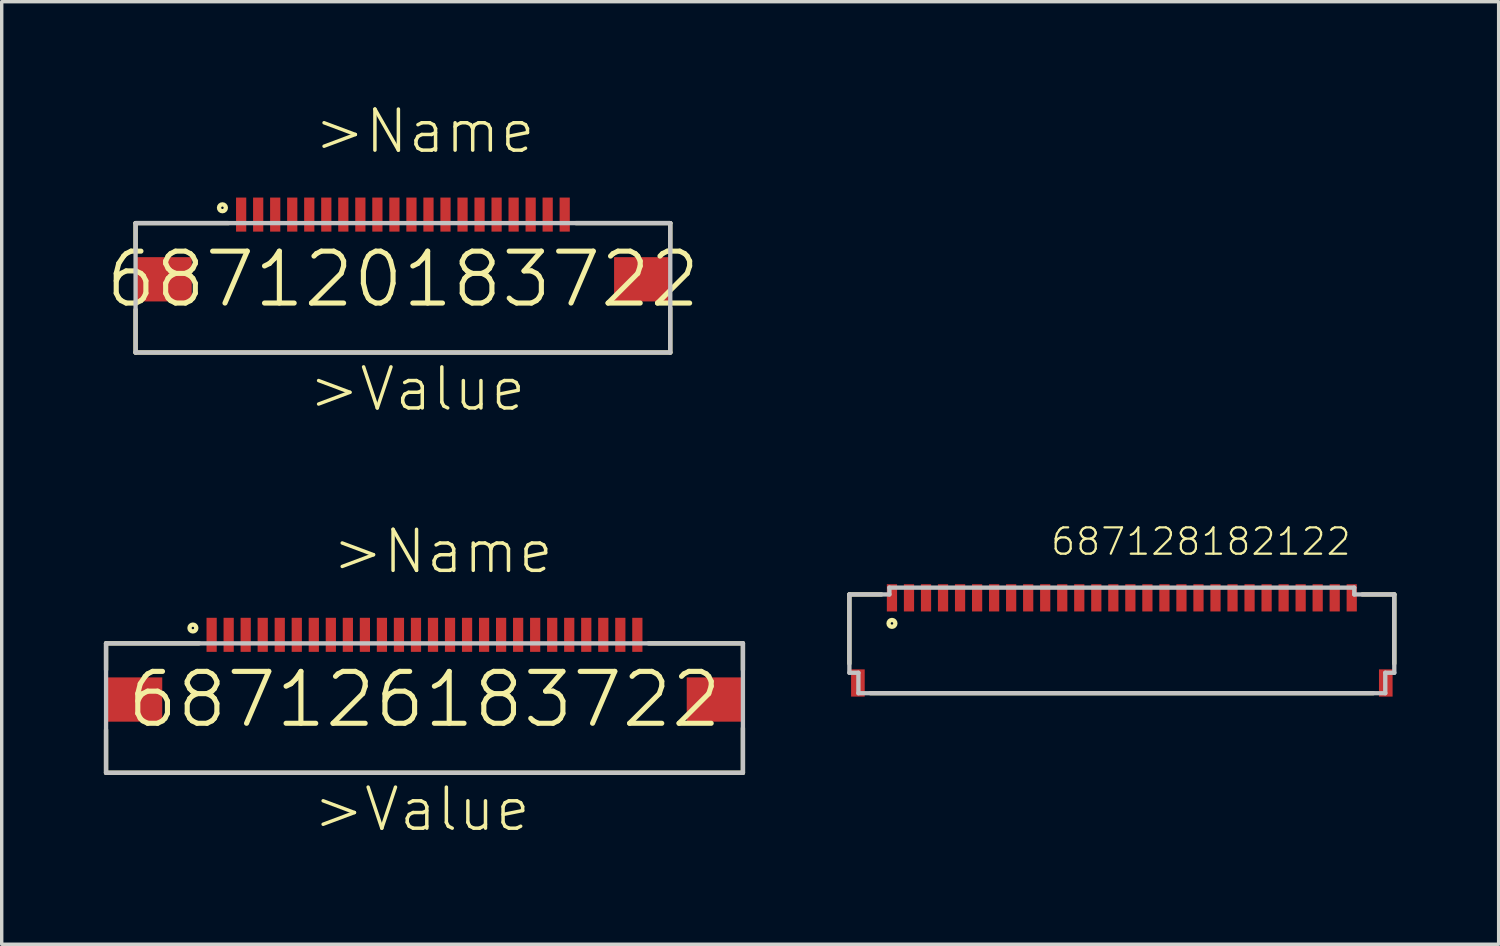
<source format=kicad_pcb>
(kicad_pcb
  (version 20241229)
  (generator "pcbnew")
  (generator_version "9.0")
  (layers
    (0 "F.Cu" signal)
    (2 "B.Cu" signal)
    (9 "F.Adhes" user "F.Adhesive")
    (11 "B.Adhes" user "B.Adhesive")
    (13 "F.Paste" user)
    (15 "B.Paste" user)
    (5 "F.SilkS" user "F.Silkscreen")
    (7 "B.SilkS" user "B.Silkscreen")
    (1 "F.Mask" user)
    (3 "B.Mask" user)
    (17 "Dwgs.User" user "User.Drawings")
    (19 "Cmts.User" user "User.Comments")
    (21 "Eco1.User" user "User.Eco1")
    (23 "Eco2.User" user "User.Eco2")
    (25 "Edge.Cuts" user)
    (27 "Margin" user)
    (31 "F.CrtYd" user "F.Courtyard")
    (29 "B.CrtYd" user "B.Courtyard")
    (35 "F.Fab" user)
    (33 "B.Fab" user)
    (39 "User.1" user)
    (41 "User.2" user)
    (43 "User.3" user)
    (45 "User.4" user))
  (footprint "687128182122"
    (layer "F.Cu")
    (at 29.89 15.754)
    (property "Reference" "687128182122" (at -2.133 -2.449 0) (layer "F.SilkS") (effects (font (size 0.772 0.772) (thickness 0.065)) (justify left bottom)))
    (attr through_hole)
    (fp_line (start -8 -1.35) (end -8 0.68) (stroke (width 0.127) (type solid)) (layer "F.SilkS"))
    (fp_line (start -7.38 1.55) (end 7.38 1.55) (stroke (width 0.127) (type solid)) (layer "F.SilkS"))
    (fp_line (start -7.06 -1.35) (end -8 -1.35) (stroke (width 0.127) (type solid)) (layer "F.SilkS"))
    (fp_line (start 8 -1.35) (end 7.06 -1.35) (stroke (width 0.127) (type solid)) (layer "F.SilkS"))
    (fp_line (start 8 -1.35) (end 8 0.68) (stroke (width 0.127) (type solid)) (layer "F.SilkS"))
    (fp_circle (center -6.75 -0.5) (end -6.65 -0.5) (stroke (width 0.127) (type solid)) (fill no) (layer "F.SilkS"))
    (fp_line (start -8 -1.35) (end -8 0.95) (stroke (width 0.127) (type solid)) (layer "Dwgs.User"))
    (fp_line (start -8 -1.35) (end -6.825 -1.35) (stroke (width 0.127) (type solid)) (layer "Dwgs.User"))
    (fp_line (start -8 0.95) (end -7.735 0.95) (stroke (width 0.127) (type solid)) (layer "Dwgs.User"))
    (fp_line (start -7.735 1.55) (end -7.735 0.95) (stroke (width 0.127) (type solid)) (layer "Dwgs.User"))
    (fp_line (start -7.735 1.55) (end 7.735 1.55) (stroke (width 0.127) (type solid)) (layer "Dwgs.User"))
    (fp_line (start -6.825 -1.55) (end -6.825 -1.35) (stroke (width 0.127) (type solid)) (layer "Dwgs.User"))
    (fp_line (start -6.825 -1.55) (end 6.825 -1.55) (stroke (width 0.127) (type solid)) (layer "Dwgs.User"))
    (fp_line (start 6.825 -1.55) (end 6.825 -1.35) (stroke (width 0.127) (type solid)) (layer "Dwgs.User"))
    (fp_line (start 6.825 -1.35) (end 8 -1.35) (stroke (width 0.127) (type solid)) (layer "Dwgs.User"))
    (fp_line (start 7.735 0.95) (end 8 0.95) (stroke (width 0.127) (type solid)) (layer "Dwgs.User"))
    (fp_line (start 7.735 1.55) (end 7.735 0.95) (stroke (width 0.127) (type solid)) (layer "Dwgs.User"))
    (fp_line (start 8 -1.35) (end 8 0.95) (stroke (width 0.127) (type solid)) (layer "Dwgs.User"))
    (pad "1" smd rect (at -6.75 -1.25 90) (size 0.8 0.3) (layers "F.Cu" "F.Mask" "F.Paste"))
    (pad "2" smd rect (at -6.25 -1.25 90) (size 0.8 0.3) (layers "F.Cu" "F.Mask" "F.Paste"))
    (pad "3" smd rect (at -5.75 -1.25 90) (size 0.8 0.3) (layers "F.Cu" "F.Mask" "F.Paste"))
    (pad "4" smd rect (at -5.25 -1.25 90) (size 0.8 0.3) (layers "F.Cu" "F.Mask" "F.Paste"))
    (pad "5" smd rect (at -4.75 -1.25 90) (size 0.8 0.3) (layers "F.Cu" "F.Mask" "F.Paste"))
    (pad "6" smd rect (at -4.25 -1.25 90) (size 0.8 0.3) (layers "F.Cu" "F.Mask" "F.Paste"))
    (pad "7" smd rect (at -3.75 -1.25 90) (size 0.8 0.3) (layers "F.Cu" "F.Mask" "F.Paste"))
    (pad "8" smd rect (at -3.25 -1.25 90) (size 0.8 0.3) (layers "F.Cu" "F.Mask" "F.Paste"))
    (pad "9" smd rect (at -2.75 -1.25 90) (size 0.8 0.3) (layers "F.Cu" "F.Mask" "F.Paste"))
    (pad "10" smd rect (at -2.25 -1.25 90) (size 0.8 0.3) (layers "F.Cu" "F.Mask" "F.Paste"))
    (pad "11" smd rect (at -1.75 -1.25 90) (size 0.8 0.3) (layers "F.Cu" "F.Mask" "F.Paste"))
    (pad "12" smd rect (at -1.25 -1.25 90) (size 0.8 0.3) (layers "F.Cu" "F.Mask" "F.Paste"))
    (pad "13" smd rect (at -0.75 -1.25 90) (size 0.8 0.3) (layers "F.Cu" "F.Mask" "F.Paste"))
    (pad "14" smd rect (at -0.25 -1.25 90) (size 0.8 0.3) (layers "F.Cu" "F.Mask" "F.Paste"))
    (pad "15" smd rect (at 0.25 -1.25 90) (size 0.8 0.3) (layers "F.Cu" "F.Mask" "F.Paste"))
    (pad "16" smd rect (at 0.75 -1.25 90) (size 0.8 0.3) (layers "F.Cu" "F.Mask" "F.Paste"))
    (pad "17" smd rect (at 1.25 -1.25 90) (size 0.8 0.3) (layers "F.Cu" "F.Mask" "F.Paste"))
    (pad "18" smd rect (at 1.75 -1.25 90) (size 0.8 0.3) (layers "F.Cu" "F.Mask" "F.Paste"))
    (pad "19" smd rect (at 2.25 -1.25 90) (size 0.8 0.3) (layers "F.Cu" "F.Mask" "F.Paste"))
    (pad "20" smd rect (at 2.75 -1.25 90) (size 0.8 0.3) (layers "F.Cu" "F.Mask" "F.Paste"))
    (pad "21" smd rect (at 3.25 -1.25 90) (size 0.8 0.3) (layers "F.Cu" "F.Mask" "F.Paste"))
    (pad "22" smd rect (at 3.75 -1.25 90) (size 0.8 0.3) (layers "F.Cu" "F.Mask" "F.Paste"))
    (pad "23" smd rect (at 4.25 -1.25 90) (size 0.8 0.3) (layers "F.Cu" "F.Mask" "F.Paste"))
    (pad "24" smd rect (at 4.75 -1.25 90) (size 0.8 0.3) (layers "F.Cu" "F.Mask" "F.Paste"))
    (pad "25" smd rect (at 5.25 -1.25 90) (size 0.8 0.3) (layers "F.Cu" "F.Mask" "F.Paste"))
    (pad "26" smd rect (at 5.75 -1.25 90) (size 0.8 0.3) (layers "F.Cu" "F.Mask" "F.Paste"))
    (pad "27" smd rect (at 6.25 -1.25 90) (size 0.8 0.3) (layers "F.Cu" "F.Mask" "F.Paste"))
    (pad "28" smd rect (at 6.75 -1.25 90) (size 0.8 0.3) (layers "F.Cu" "F.Mask" "F.Paste"))
    (pad "Z1" smd rect (at -7.75 1.25 90) (size 0.8 0.4) (layers "F.Cu" "F.Mask" "F.Paste"))
    (pad "Z2" smd rect (at 7.75 1.25 90) (size 0.8 0.4) (layers "F.Cu" "F.Mask" "F.Paste")))
  (footprint "687120183722"
    (layer "F.Cu")
    (at 8.781 5.151)
    (property "Reference" "687120183722" (at 0 0 0) (layer "F.SilkS") (effects (font (size 1.524 1.524) (thickness 0.15))))
    (attr through_hole)
    (fp_line (start -7.85 -1.65) (end -7.85 -0.87) (stroke (width 0.127) (type solid)) (layer "F.SilkS"))
    (fp_line (start -7.85 0.89) (end -7.85 2.15) (stroke (width 0.127) (type solid)) (layer "F.SilkS"))
    (fp_line (start -7.85 2.15) (end 7.85 2.15) (stroke (width 0.127) (type solid)) (layer "F.SilkS"))
    (fp_line (start -5.12 -1.65) (end -7.85 -1.65) (stroke (width 0.127) (type solid)) (layer "F.SilkS"))
    (fp_line (start 5.08 -1.65) (end 7.85 -1.65) (stroke (width 0.127) (type solid)) (layer "F.SilkS"))
    (fp_line (start 7.85 -1.65) (end 7.85 -0.87) (stroke (width 0.127) (type solid)) (layer "F.SilkS"))
    (fp_line (start 7.85 2.15) (end 7.85 0.84) (stroke (width 0.127) (type solid)) (layer "F.SilkS"))
    (fp_circle (center -5.3 -2.1) (end -5.2 -2.1) (stroke (width 0.127) (type solid)) (fill no) (layer "F.SilkS"))
    (fp_line (start -7.85 -1.65) (end 7.85 -1.65) (stroke (width 0.127) (type solid)) (layer "Dwgs.User"))
    (fp_line (start -7.85 2.15) (end -7.85 -1.65) (stroke (width 0.127) (type solid)) (layer "Dwgs.User"))
    (fp_line (start 7.85 -1.65) (end 7.85 2.15) (stroke (width 0.127) (type solid)) (layer "Dwgs.User"))
    (fp_line (start 7.85 2.15) (end -7.85 2.15) (stroke (width 0.127) (type solid)) (layer "Dwgs.User"))
    (fp_text user ">Name" (at -2.67 -3.64 0) (layer "F.SilkS") (effects (font (size 1.206 1.206) (thickness 0.102)) (justify left bottom)))
    (fp_text user ">Value" (at -2.83 3.93 0) (layer "F.SilkS") (effects (font (size 1.206 1.206) (thickness 0.102)) (justify left bottom)))
    (pad "1" smd rect (at -4.75 -1.9 90) (size 1 0.3) (layers "F.Cu" "F.Mask" "F.Paste"))
    (pad "2" smd rect (at -4.25 -1.9 90) (size 1 0.3) (layers "F.Cu" "F.Mask" "F.Paste"))
    (pad "3" smd rect (at -3.75 -1.9 90) (size 1 0.3) (layers "F.Cu" "F.Mask" "F.Paste"))
    (pad "4" smd rect (at -3.25 -1.9 90) (size 1 0.3) (layers "F.Cu" "F.Mask" "F.Paste"))
    (pad "5" smd rect (at -2.75 -1.9 90) (size 1 0.3) (layers "F.Cu" "F.Mask" "F.Paste"))
    (pad "6" smd rect (at -2.25 -1.9 90) (size 1 0.3) (layers "F.Cu" "F.Mask" "F.Paste"))
    (pad "7" smd rect (at -1.75 -1.9 90) (size 1 0.3) (layers "F.Cu" "F.Mask" "F.Paste"))
    (pad "8" smd rect (at -1.25 -1.9 90) (size 1 0.3) (layers "F.Cu" "F.Mask" "F.Paste"))
    (pad "9" smd rect (at -0.75 -1.9 90) (size 1 0.3) (layers "F.Cu" "F.Mask" "F.Paste"))
    (pad "10" smd rect (at -0.25 -1.9 90) (size 1 0.3) (layers "F.Cu" "F.Mask" "F.Paste"))
    (pad "11" smd rect (at 0.25 -1.9 90) (size 1 0.3) (layers "F.Cu" "F.Mask" "F.Paste"))
    (pad "12" smd rect (at 0.75 -1.9 90) (size 1 0.3) (layers "F.Cu" "F.Mask" "F.Paste"))
    (pad "13" smd rect (at 1.25 -1.9 90) (size 1 0.3) (layers "F.Cu" "F.Mask" "F.Paste"))
    (pad "14" smd rect (at 1.75 -1.9 90) (size 1 0.3) (layers "F.Cu" "F.Mask" "F.Paste"))
    (pad "15" smd rect (at 2.25 -1.9 90) (size 1 0.3) (layers "F.Cu" "F.Mask" "F.Paste"))
    (pad "16" smd rect (at 2.75 -1.9 90) (size 1 0.3) (layers "F.Cu" "F.Mask" "F.Paste"))
    (pad "17" smd rect (at 3.25 -1.9 90) (size 1 0.3) (layers "F.Cu" "F.Mask" "F.Paste"))
    (pad "18" smd rect (at 3.75 -1.9 90) (size 1 0.3) (layers "F.Cu" "F.Mask" "F.Paste"))
    (pad "19" smd rect (at 4.25 -1.9 90) (size 1 0.3) (layers "F.Cu" "F.Mask" "F.Paste"))
    (pad "20" smd rect (at 4.75 -1.9 90) (size 1 0.3) (layers "F.Cu" "F.Mask" "F.Paste"))
    (pad "Z1" smd rect (at -7.025 0) (size 1.65 1.3) (layers "F.Cu" "F.Mask" "F.Paste"))
    (pad "Z2" smd rect (at 7.025 0) (size 1.65 1.3) (layers "F.Cu" "F.Mask" "F.Paste")))
  (footprint "687126183722"
    (layer "F.Cu")
    (at 9.414 17.49)
    (property "Reference" "687126183722" (at 0 0 0) (layer "F.SilkS") (effects (font (size 1.524 1.524) (thickness 0.15))))
    (attr through_hole)
    (fp_line (start -9.35 -1.65) (end -9.35 -0.87) (stroke (width 0.127) (type solid)) (layer "F.SilkS"))
    (fp_line (start -9.35 0.89) (end -9.35 2.15) (stroke (width 0.127) (type solid)) (layer "F.SilkS"))
    (fp_line (start -9.35 2.15) (end 9.35 2.15) (stroke (width 0.127) (type solid)) (layer "F.SilkS"))
    (fp_line (start -6.62 -1.65) (end -9.35 -1.65) (stroke (width 0.127) (type solid)) (layer "F.SilkS"))
    (fp_line (start 6.58 -1.65) (end 9.35 -1.65) (stroke (width 0.127) (type solid)) (layer "F.SilkS"))
    (fp_line (start 9.35 -1.65) (end 9.35 -0.87) (stroke (width 0.127) (type solid)) (layer "F.SilkS"))
    (fp_line (start 9.35 2.15) (end 9.35 0.84) (stroke (width 0.127) (type solid)) (layer "F.SilkS"))
    (fp_circle (center -6.8 -2.1) (end -6.7 -2.1) (stroke (width 0.127) (type solid)) (fill no) (layer "F.SilkS"))
    (fp_line (start -9.35 -1.65) (end 9.35 -1.65) (stroke (width 0.127) (type solid)) (layer "Dwgs.User"))
    (fp_line (start -9.35 2.15) (end -9.35 -1.65) (stroke (width 0.127) (type solid)) (layer "Dwgs.User"))
    (fp_line (start 9.35 -1.65) (end 9.35 2.15) (stroke (width 0.127) (type solid)) (layer "Dwgs.User"))
    (fp_line (start 9.35 2.15) (end -9.35 2.15) (stroke (width 0.127) (type solid)) (layer "Dwgs.User"))
    (fp_text user ">Name" (at -2.77 -3.64 0) (layer "F.SilkS") (effects (font (size 1.206 1.206) (thickness 0.102)) (justify left bottom)))
    (fp_text user ">Value" (at -3.33 3.93 0) (layer "F.SilkS") (effects (font (size 1.206 1.206) (thickness 0.102)) (justify left bottom)))
    (pad "1" smd rect (at -6.25 -1.9 90) (size 1 0.3) (layers "F.Cu" "F.Mask" "F.Paste"))
    (pad "2" smd rect (at -5.75 -1.9 90) (size 1 0.3) (layers "F.Cu" "F.Mask" "F.Paste"))
    (pad "3" smd rect (at -5.25 -1.9 90) (size 1 0.3) (layers "F.Cu" "F.Mask" "F.Paste"))
    (pad "4" smd rect (at -4.75 -1.9 90) (size 1 0.3) (layers "F.Cu" "F.Mask" "F.Paste"))
    (pad "5" smd rect (at -4.25 -1.9 90) (size 1 0.3) (layers "F.Cu" "F.Mask" "F.Paste"))
    (pad "6" smd rect (at -3.75 -1.9 90) (size 1 0.3) (layers "F.Cu" "F.Mask" "F.Paste"))
    (pad "7" smd rect (at -3.25 -1.9 90) (size 1 0.3) (layers "F.Cu" "F.Mask" "F.Paste"))
    (pad "8" smd rect (at -2.75 -1.9 90) (size 1 0.3) (layers "F.Cu" "F.Mask" "F.Paste"))
    (pad "9" smd rect (at -2.25 -1.9 90) (size 1 0.3) (layers "F.Cu" "F.Mask" "F.Paste"))
    (pad "10" smd rect (at -1.75 -1.9 90) (size 1 0.3) (layers "F.Cu" "F.Mask" "F.Paste"))
    (pad "11" smd rect (at -1.25 -1.9 90) (size 1 0.3) (layers "F.Cu" "F.Mask" "F.Paste"))
    (pad "12" smd rect (at -0.75 -1.9 90) (size 1 0.3) (layers "F.Cu" "F.Mask" "F.Paste"))
    (pad "13" smd rect (at -0.25 -1.9 90) (size 1 0.3) (layers "F.Cu" "F.Mask" "F.Paste"))
    (pad "14" smd rect (at 0.25 -1.9 90) (size 1 0.3) (layers "F.Cu" "F.Mask" "F.Paste"))
    (pad "15" smd rect (at 0.75 -1.9 90) (size 1 0.3) (layers "F.Cu" "F.Mask" "F.Paste"))
    (pad "16" smd rect (at 1.25 -1.9 90) (size 1 0.3) (layers "F.Cu" "F.Mask" "F.Paste"))
    (pad "17" smd rect (at 1.75 -1.9 90) (size 1 0.3) (layers "F.Cu" "F.Mask" "F.Paste"))
    (pad "18" smd rect (at 2.25 -1.9 90) (size 1 0.3) (layers "F.Cu" "F.Mask" "F.Paste"))
    (pad "19" smd rect (at 2.75 -1.9 90) (size 1 0.3) (layers "F.Cu" "F.Mask" "F.Paste"))
    (pad "20" smd rect (at 3.25 -1.9 90) (size 1 0.3) (layers "F.Cu" "F.Mask" "F.Paste"))
    (pad "21" smd rect (at 3.75 -1.9 90) (size 1 0.3) (layers "F.Cu" "F.Mask" "F.Paste"))
    (pad "22" smd rect (at 4.25 -1.9 90) (size 1 0.3) (layers "F.Cu" "F.Mask" "F.Paste"))
    (pad "23" smd rect (at 4.75 -1.9 90) (size 1 0.3) (layers "F.Cu" "F.Mask" "F.Paste"))
    (pad "24" smd rect (at 5.25 -1.9 90) (size 1 0.3) (layers "F.Cu" "F.Mask" "F.Paste"))
    (pad "25" smd rect (at 5.75 -1.9 90) (size 1 0.3) (layers "F.Cu" "F.Mask" "F.Paste"))
    (pad "26" smd rect (at 6.25 -1.9 90) (size 1 0.3) (layers "F.Cu" "F.Mask" "F.Paste"))
    (pad "Z1" smd rect (at -8.525 0) (size 1.65 1.3) (layers "F.Cu" "F.Mask" "F.Paste"))
    (pad "Z2" smd rect (at 8.525 0) (size 1.65 1.3) (layers "F.Cu" "F.Mask" "F.Paste")))
  (gr_rect
    (start -3 -3)
    (end 40.954 24.676)
    (stroke (width 0.1) (type default))
    (fill no)
    (layer "Edge.Cuts")))
</source>
